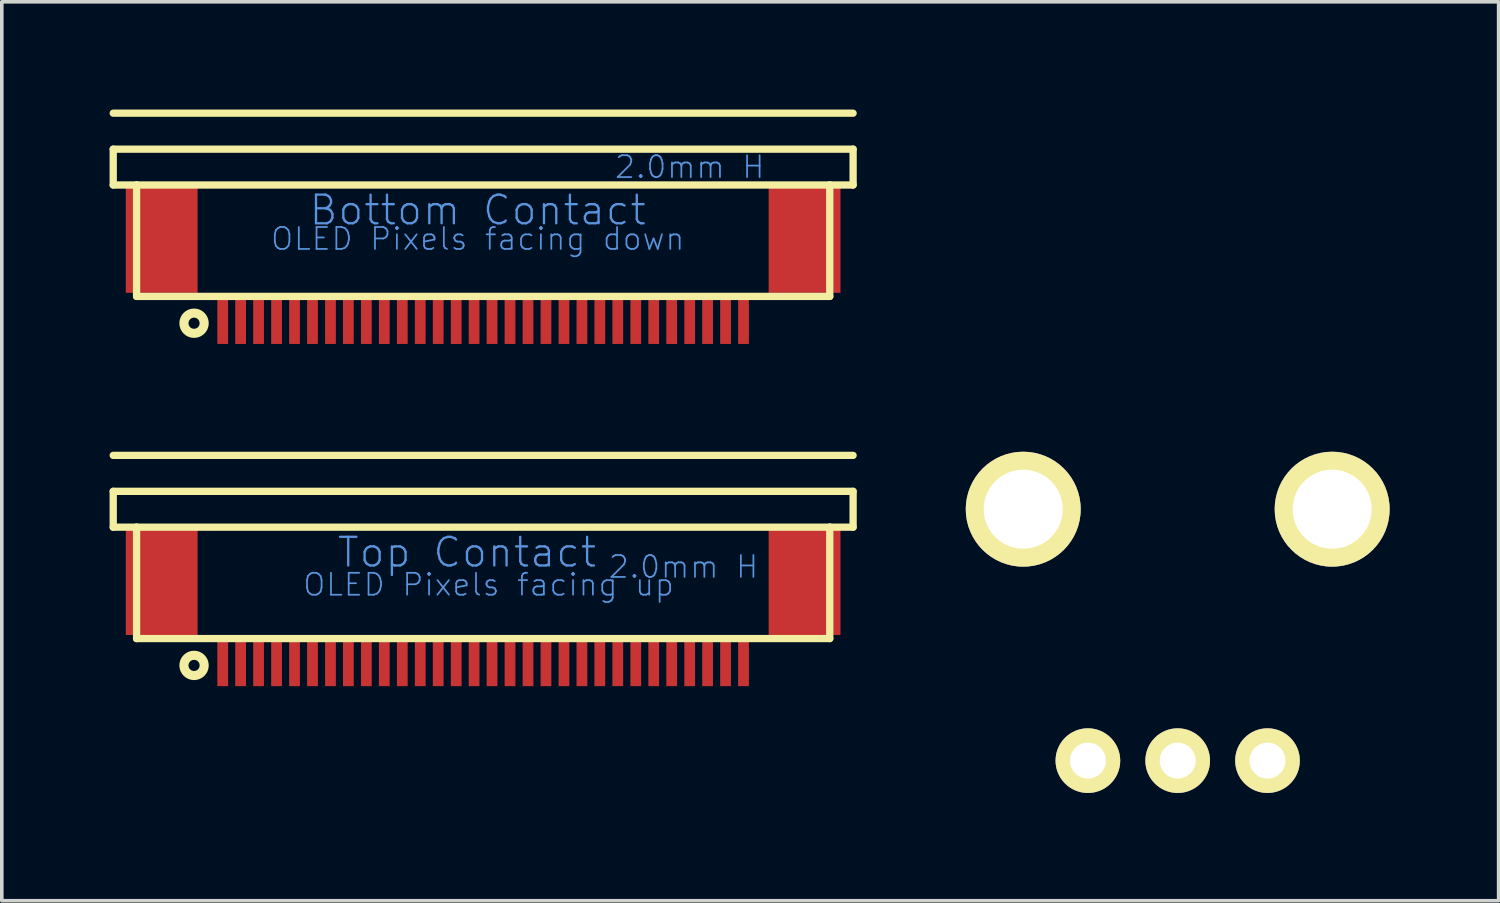
<source format=kicad_pcb>
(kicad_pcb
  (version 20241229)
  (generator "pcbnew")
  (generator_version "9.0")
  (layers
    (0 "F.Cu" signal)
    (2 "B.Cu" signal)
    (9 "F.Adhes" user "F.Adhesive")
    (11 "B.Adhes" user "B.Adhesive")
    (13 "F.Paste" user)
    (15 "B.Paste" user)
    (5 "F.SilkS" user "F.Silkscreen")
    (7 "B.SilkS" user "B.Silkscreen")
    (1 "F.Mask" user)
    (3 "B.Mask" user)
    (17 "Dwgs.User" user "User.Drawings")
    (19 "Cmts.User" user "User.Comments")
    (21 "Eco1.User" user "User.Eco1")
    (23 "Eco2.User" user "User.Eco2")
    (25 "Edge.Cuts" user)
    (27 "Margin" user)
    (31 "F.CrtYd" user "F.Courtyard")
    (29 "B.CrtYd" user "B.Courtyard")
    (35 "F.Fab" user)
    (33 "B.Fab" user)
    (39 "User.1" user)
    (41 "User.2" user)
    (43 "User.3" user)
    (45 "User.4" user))
  (footprint "OLED-128C128-FPC-BOT"
    (layer "F.Cu")
    (at 3.15 5.9)
    (property "Reference" "OLED-128C128-FPC-BOT" (at 6.9 -1.5 0) (layer "Eco1.User") (effects (font (size 0.6 0.6) (thickness 0.1))))
    (attr through_hole)
    (fp_line (start -3.048 -5.799) (end 17.549 -5.799) (stroke (width 0.203) (type solid)) (layer "F.SilkS"))
    (fp_line (start -3.048 -4.798) (end -3.048 -3.8) (stroke (width 0.203) (type solid)) (layer "F.SilkS"))
    (fp_line (start -3.048 -4.798) (end 17.549 -4.798) (stroke (width 0.203) (type solid)) (layer "F.SilkS"))
    (fp_line (start -3.048 -3.8) (end -2.398 -3.8) (stroke (width 0.203) (type solid)) (layer "F.SilkS"))
    (fp_line (start -2.398 -3.8) (end 16.899 -3.8) (stroke (width 0.203) (type solid)) (layer "F.SilkS"))
    (fp_line (start -2.398 -0.699) (end -2.398 -3.8) (stroke (width 0.203) (type solid)) (layer "F.SilkS"))
    (fp_line (start -2.398 -0.699) (end 16.899 -0.699) (stroke (width 0.203) (type solid)) (layer "F.SilkS"))
    (fp_line (start 16.899 -0.699) (end 16.899 -3.8) (stroke (width 0.203) (type solid)) (layer "F.SilkS"))
    (fp_line (start 17.549 -4.798) (end 17.549 -3.8) (stroke (width 0.203) (type solid)) (layer "F.SilkS"))
    (fp_line (start 17.549 -3.8) (end 16.899 -3.8) (stroke (width 0.203) (type solid)) (layer "F.SilkS"))
    (fp_circle (center -0.798 0.048) (end -0.516 0.048) (stroke (width 0.254) (type solid)) (fill no) (layer "F.SilkS"))
    (fp_text user "2.0mm H" (at 13 -4.3 0) (layer "Cmts.User") (effects (font (size 0.61 0.61) (thickness 0.048))))
    (fp_text user "Bottom Contact" (at 7.1 -3.1 0) (layer "Cmts.User") (effects (font (size 0.798 0.798) (thickness 0.064))))
    (fp_text user "OLED Pixels facing down" (at 7.1 -2.3 0) (layer "Cmts.User") (effects (font (size 0.61 0.61) (thickness 0.048))))
    (pad "1" smd rect (at 14.498 0 270) (size 1.25 0.3) (layers "F.Cu" "F.Mask" "F.Paste"))
    (pad "2" smd rect (at 13.998 0 270) (size 1.25 0.3) (layers "F.Cu" "F.Mask" "F.Paste"))
    (pad "3" smd rect (at 13.498 0 270) (size 1.25 0.3) (layers "F.Cu" "F.Mask" "F.Paste"))
    (pad "4" smd rect (at 13 0 270) (size 1.25 0.3) (layers "F.Cu" "F.Mask" "F.Paste"))
    (pad "5" smd rect (at 12.499 0 270) (size 1.25 0.3) (layers "F.Cu" "F.Mask" "F.Paste"))
    (pad "6" smd rect (at 11.999 0 270) (size 1.25 0.3) (layers "F.Cu" "F.Mask" "F.Paste"))
    (pad "7" smd rect (at 11.499 0 270) (size 1.25 0.3) (layers "F.Cu" "F.Mask" "F.Paste"))
    (pad "8" smd rect (at 10.998 0 270) (size 1.25 0.3) (layers "F.Cu" "F.Mask" "F.Paste"))
    (pad "9" smd rect (at 10.498 0 270) (size 1.25 0.3) (layers "F.Cu" "F.Mask" "F.Paste"))
    (pad "10" smd rect (at 10 0 270) (size 1.25 0.3) (layers "F.Cu" "F.Mask" "F.Paste"))
    (pad "11" smd rect (at 9.5 0 270) (size 1.25 0.3) (layers "F.Cu" "F.Mask" "F.Paste"))
    (pad "12" smd rect (at 8.999 0 270) (size 1.25 0.3) (layers "F.Cu" "F.Mask" "F.Paste"))
    (pad "13" smd rect (at 8.499 0 270) (size 1.25 0.3) (layers "F.Cu" "F.Mask" "F.Paste"))
    (pad "14" smd rect (at 7.998 0 270) (size 1.25 0.3) (layers "F.Cu" "F.Mask" "F.Paste"))
    (pad "15" smd rect (at 7.498 0 270) (size 1.25 0.3) (layers "F.Cu" "F.Mask" "F.Paste"))
    (pad "16" smd rect (at 6.998 0 270) (size 1.25 0.3) (layers "F.Cu" "F.Mask" "F.Paste"))
    (pad "17" smd rect (at 6.5 0 270) (size 1.25 0.3) (layers "F.Cu" "F.Mask" "F.Paste"))
    (pad "18" smd rect (at 5.999 0 270) (size 1.25 0.3) (layers "F.Cu" "F.Mask" "F.Paste"))
    (pad "19" smd rect (at 5.499 0 270) (size 1.25 0.3) (layers "F.Cu" "F.Mask" "F.Paste"))
    (pad "20" smd rect (at 4.999 0 270) (size 1.25 0.3) (layers "F.Cu" "F.Mask" "F.Paste"))
    (pad "21" smd rect (at 4.498 0 270) (size 1.25 0.3) (layers "F.Cu" "F.Mask" "F.Paste"))
    (pad "22" smd rect (at 3.998 0 270) (size 1.25 0.3) (layers "F.Cu" "F.Mask" "F.Paste"))
    (pad "23" smd rect (at 3.498 0 270) (size 1.25 0.3) (layers "F.Cu" "F.Mask" "F.Paste"))
    (pad "24" smd rect (at 3 0 270) (size 1.25 0.3) (layers "F.Cu" "F.Mask" "F.Paste"))
    (pad "25" smd rect (at 2.499 0 270) (size 1.25 0.3) (layers "F.Cu" "F.Mask" "F.Paste"))
    (pad "26" smd rect (at 1.999 0 270) (size 1.25 0.3) (layers "F.Cu" "F.Mask" "F.Paste"))
    (pad "27" smd rect (at 1.499 0 270) (size 1.25 0.3) (layers "F.Cu" "F.Mask" "F.Paste"))
    (pad "28" smd rect (at 0.998 0 270) (size 1.25 0.3) (layers "F.Cu" "F.Mask" "F.Paste"))
    (pad "29" smd rect (at 0.498 0 270) (size 1.25 0.3) (layers "F.Cu" "F.Mask" "F.Paste"))
    (pad "30" smd rect (at 0 0 270) (size 1.25 0.3) (layers "F.Cu" "F.Mask" "F.Paste"))
    (pad "MNT1" smd rect (at -1.699 -2.299) (size 1.999 3) (layers "F.Cu" "F.Mask" "F.Paste"))
    (pad "MNT2" smd rect (at 16.198 -2.299) (size 1.999 3) (layers "F.Cu" "F.Mask" "F.Paste")))
  (footprint "POT_RV09_VERT"
    (layer "F.Cu")
    (at 29.735 11.125)
    (property "Reference" "POT_RV09_VERT" (at 0 4.5 0) (layer "Eco1.User") (effects (font (size 1 1) (thickness 0.15))))
    (attr through_hole)
    (pad "" thru_hole circle (at -4.3 0) (size 3.2 3.2) (drill 2.2) (layers "*.Cu" "*.Mask" "F.SilkS"))
    (pad "" thru_hole circle (at 4.3 0) (size 3.2 3.2) (drill 2.2) (layers "*.Cu" "*.Mask" "F.SilkS"))
    (pad "1" thru_hole circle (at -2.5 7) (size 1.8 1.8) (drill 1) (layers "*.Cu" "*.Mask" "F.SilkS"))
    (pad "2" thru_hole circle (at 2.5 7) (size 1.8 1.8) (drill 1) (layers "*.Cu" "*.Mask" "F.SilkS"))
    (pad "W" thru_hole circle (at 0 7) (size 1.8 1.8) (drill 1) (layers "*.Cu" "*.Mask" "F.SilkS")))
  (footprint "OLED-128X128-FPC-TOP"
    (layer "F.Cu")
    (at 3.15 15.426)
    (property "Reference" "OLED-128X128-FPC-TOP" (at 7.4 -1.3 0) (layer "Eco1.User") (effects (font (size 0.6 0.6) (thickness 0.1))))
    (attr through_hole)
    (fp_line (start -3.048 -5.799) (end 17.549 -5.799) (stroke (width 0.203) (type solid)) (layer "F.SilkS"))
    (fp_line (start -3.048 -4.798) (end -3.048 -3.8) (stroke (width 0.203) (type solid)) (layer "F.SilkS"))
    (fp_line (start -3.048 -4.798) (end 17.549 -4.798) (stroke (width 0.203) (type solid)) (layer "F.SilkS"))
    (fp_line (start -3.048 -3.8) (end -2.398 -3.8) (stroke (width 0.203) (type solid)) (layer "F.SilkS"))
    (fp_line (start -2.398 -3.8) (end 16.899 -3.8) (stroke (width 0.203) (type solid)) (layer "F.SilkS"))
    (fp_line (start -2.398 -0.699) (end -2.398 -3.8) (stroke (width 0.203) (type solid)) (layer "F.SilkS"))
    (fp_line (start -2.398 -0.699) (end 16.899 -0.699) (stroke (width 0.203) (type solid)) (layer "F.SilkS"))
    (fp_line (start 16.899 -0.699) (end 16.899 -3.8) (stroke (width 0.203) (type solid)) (layer "F.SilkS"))
    (fp_line (start 17.549 -4.798) (end 17.549 -3.8) (stroke (width 0.203) (type solid)) (layer "F.SilkS"))
    (fp_line (start 17.549 -3.8) (end 16.899 -3.8) (stroke (width 0.203) (type solid)) (layer "F.SilkS"))
    (fp_circle (center -0.798 0.048) (end -0.516 0.048) (stroke (width 0.254) (type solid)) (fill no) (layer "F.SilkS"))
    (fp_text user "Top Contact" (at 6.8 -3.1 0) (layer "Cmts.User") (effects (font (size 0.798 0.798) (thickness 0.064))))
    (fp_text user "OLED Pixels facing up" (at 7.4 -2.2 0) (layer "Cmts.User") (effects (font (size 0.61 0.61) (thickness 0.048))))
    (fp_text user "2.0mm H" (at 12.827 -2.695 0) (layer "Cmts.User") (effects (font (size 0.61 0.61) (thickness 0.048))))
    (pad "1" smd rect (at 0 0 90) (size 1.25 0.3) (layers "F.Cu" "F.Mask" "F.Paste"))
    (pad "2" smd rect (at 0.498 0 90) (size 1.25 0.3) (layers "F.Cu" "F.Mask" "F.Paste"))
    (pad "3" smd rect (at 0.998 0 90) (size 1.25 0.3) (layers "F.Cu" "F.Mask" "F.Paste"))
    (pad "4" smd rect (at 1.499 0 90) (size 1.25 0.3) (layers "F.Cu" "F.Mask" "F.Paste"))
    (pad "5" smd rect (at 1.999 0 90) (size 1.25 0.3) (layers "F.Cu" "F.Mask" "F.Paste"))
    (pad "6" smd rect (at 2.499 0 90) (size 1.25 0.3) (layers "F.Cu" "F.Mask" "F.Paste"))
    (pad "7" smd rect (at 3 0 90) (size 1.25 0.3) (layers "F.Cu" "F.Mask" "F.Paste"))
    (pad "8" smd rect (at 3.498 0 90) (size 1.25 0.3) (layers "F.Cu" "F.Mask" "F.Paste"))
    (pad "9" smd rect (at 3.998 0 90) (size 1.25 0.3) (layers "F.Cu" "F.Mask" "F.Paste"))
    (pad "10" smd rect (at 4.498 0 90) (size 1.25 0.3) (layers "F.Cu" "F.Mask" "F.Paste"))
    (pad "11" smd rect (at 4.999 0 90) (size 1.25 0.3) (layers "F.Cu" "F.Mask" "F.Paste"))
    (pad "12" smd rect (at 5.499 0 90) (size 1.25 0.3) (layers "F.Cu" "F.Mask" "F.Paste"))
    (pad "13" smd rect (at 5.999 0 90) (size 1.25 0.3) (layers "F.Cu" "F.Mask" "F.Paste"))
    (pad "14" smd rect (at 6.5 0 90) (size 1.25 0.3) (layers "F.Cu" "F.Mask" "F.Paste"))
    (pad "15" smd rect (at 6.998 0 90) (size 1.25 0.3) (layers "F.Cu" "F.Mask" "F.Paste"))
    (pad "16" smd rect (at 7.498 0 90) (size 1.25 0.3) (layers "F.Cu" "F.Mask" "F.Paste"))
    (pad "17" smd rect (at 7.998 0 90) (size 1.25 0.3) (layers "F.Cu" "F.Mask" "F.Paste"))
    (pad "18" smd rect (at 8.499 0 90) (size 1.25 0.3) (layers "F.Cu" "F.Mask" "F.Paste"))
    (pad "19" smd rect (at 8.999 0 90) (size 1.25 0.3) (layers "F.Cu" "F.Mask" "F.Paste"))
    (pad "20" smd rect (at 9.5 0 90) (size 1.25 0.3) (layers "F.Cu" "F.Mask" "F.Paste"))
    (pad "21" smd rect (at 10 0 90) (size 1.25 0.3) (layers "F.Cu" "F.Mask" "F.Paste"))
    (pad "22" smd rect (at 10.498 0 90) (size 1.25 0.3) (layers "F.Cu" "F.Mask" "F.Paste"))
    (pad "23" smd rect (at 10.998 0 90) (size 1.25 0.3) (layers "F.Cu" "F.Mask" "F.Paste"))
    (pad "24" smd rect (at 11.499 0 90) (size 1.25 0.3) (layers "F.Cu" "F.Mask" "F.Paste"))
    (pad "25" smd rect (at 11.999 0 90) (size 1.25 0.3) (layers "F.Cu" "F.Mask" "F.Paste"))
    (pad "26" smd rect (at 12.499 0 90) (size 1.25 0.3) (layers "F.Cu" "F.Mask" "F.Paste"))
    (pad "27" smd rect (at 13 0 90) (size 1.25 0.3) (layers "F.Cu" "F.Mask" "F.Paste"))
    (pad "28" smd rect (at 13.498 0 90) (size 1.25 0.3) (layers "F.Cu" "F.Mask" "F.Paste"))
    (pad "29" smd rect (at 13.998 0 90) (size 1.25 0.3) (layers "F.Cu" "F.Mask" "F.Paste"))
    (pad "30" smd rect (at 14.498 0 90) (size 1.25 0.3) (layers "F.Cu" "F.Mask" "F.Paste"))
    (pad "MNT1" smd rect (at -1.699 -2.299) (size 1.999 3) (layers "F.Cu" "F.Mask" "F.Paste"))
    (pad "MNT2" smd rect (at 16.198 -2.299) (size 1.999 3) (layers "F.Cu" "F.Mask" "F.Paste")))
  (gr_rect
    (start -3 -3)
    (end 38.669 22.025)
    (stroke (width 0.1) (type default))
    (fill no)
    (layer "Edge.Cuts")))
</source>
